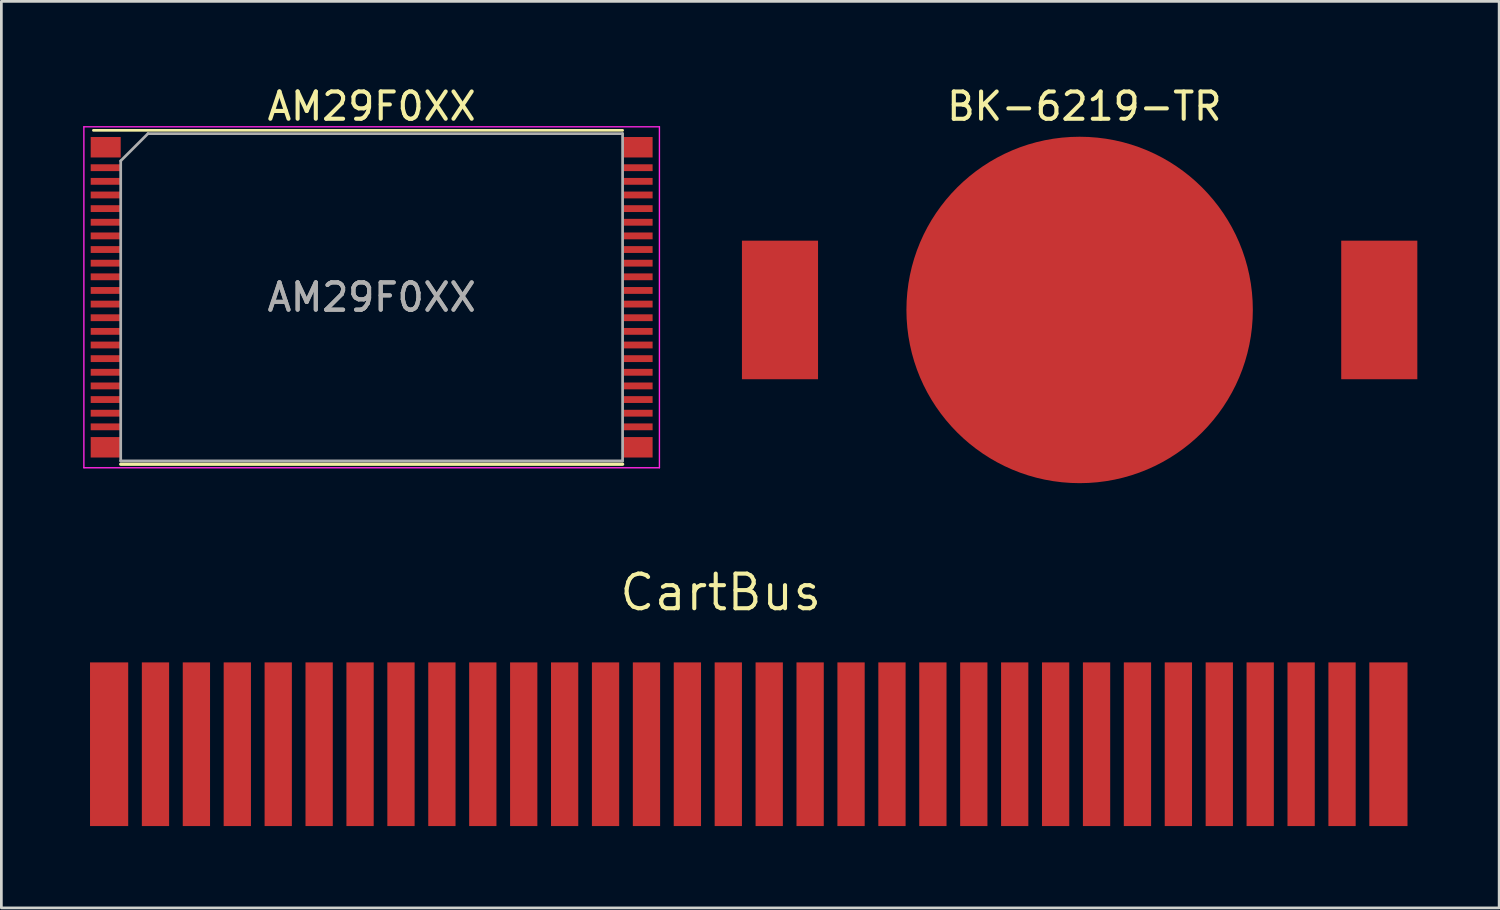
<source format=kicad_pcb>
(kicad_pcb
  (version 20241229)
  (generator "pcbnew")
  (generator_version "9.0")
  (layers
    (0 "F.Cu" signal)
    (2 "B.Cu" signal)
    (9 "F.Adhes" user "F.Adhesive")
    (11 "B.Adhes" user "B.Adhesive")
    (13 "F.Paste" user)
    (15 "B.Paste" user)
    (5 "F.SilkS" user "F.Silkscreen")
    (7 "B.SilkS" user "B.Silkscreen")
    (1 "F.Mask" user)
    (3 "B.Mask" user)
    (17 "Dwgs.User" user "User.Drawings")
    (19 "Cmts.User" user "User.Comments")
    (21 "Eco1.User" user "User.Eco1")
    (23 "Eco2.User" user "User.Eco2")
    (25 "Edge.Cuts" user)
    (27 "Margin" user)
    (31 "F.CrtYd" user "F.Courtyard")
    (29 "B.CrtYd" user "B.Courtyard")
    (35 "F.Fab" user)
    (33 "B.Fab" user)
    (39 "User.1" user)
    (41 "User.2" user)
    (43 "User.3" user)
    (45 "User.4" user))
  (footprint "BK-6219-TR"
    (layer "F.Cu")
    (at 36.53 8.313)
    (property "Reference" "BK-6219-TR" (at 0.173 -7.464 0) (layer "F.SilkS") (effects (font (size 1 1) (thickness 0.15))))
    (attr through_hole)
    (pad "1" smd rect (at -10.985 0) (size 2.79 5.08) (layers "F.Cu" "F.Mask" "F.Paste"))
    (pad "1" smd rect (at 10.985 0) (size 2.79 5.08) (layers "F.Cu" "F.Mask" "F.Paste"))
    (pad "2" smd circle (at 0 0) (size 12.7 12.7) (layers "F.Cu" "F.Mask" "F.Paste")))
  (footprint "CartBus"
    (layer "F.Cu")
    (at 0.25 21.234)
    (property "Reference" "CartBus" (at 23.12 -2.565 0) (layer "F.SilkS") (effects (font (size 1.27 1.27) (thickness 0.15))))
    (attr through_hole)
    (pad "1" smd rect (at 0.7 3 180) (size 1.4 6) (layers "F.Cu" "F.Mask" "F.Paste"))
    (pad "2" smd rect (at 2.4 3) (size 1 6) (layers "F.Cu" "F.Mask" "F.Paste"))
    (pad "3" smd rect (at 3.9 3 180) (size 1 6) (layers "F.Cu" "F.Mask" "F.Paste"))
    (pad "4" smd rect (at 5.4 3 180) (size 1 6) (layers "F.Cu" "F.Mask" "F.Paste"))
    (pad "5" smd rect (at 6.9 3) (size 1 6) (layers "F.Cu" "F.Mask" "F.Paste"))
    (pad "6" smd rect (at 8.4 3) (size 1 6) (layers "F.Cu" "F.Mask" "F.Paste"))
    (pad "7" smd rect (at 9.9 3) (size 1 6) (layers "F.Cu" "F.Mask" "F.Paste"))
    (pad "8" smd rect (at 11.4 3) (size 1 6) (layers "F.Cu" "F.Mask" "F.Paste"))
    (pad "9" smd rect (at 12.9 3) (size 1 6) (layers "F.Cu" "F.Mask" "F.Paste"))
    (pad "10" smd rect (at 14.4 3) (size 1 6) (layers "F.Cu" "F.Mask" "F.Paste"))
    (pad "11" smd rect (at 15.9 3) (size 1 6) (layers "F.Cu" "F.Mask" "F.Paste"))
    (pad "12" smd rect (at 17.4 3) (size 1 6) (layers "F.Cu" "F.Mask" "F.Paste"))
    (pad "13" smd rect (at 18.9 3) (size 1 6) (layers "F.Cu" "F.Mask" "F.Paste"))
    (pad "14" smd rect (at 20.4 3) (size 1 6) (layers "F.Cu" "F.Mask" "F.Paste"))
    (pad "15" smd rect (at 21.9 3) (size 1 6) (layers "F.Cu" "F.Mask" "F.Paste"))
    (pad "16" smd rect (at 23.4 3) (size 1 6) (layers "F.Cu" "F.Mask" "F.Paste"))
    (pad "17" smd rect (at 24.9 3) (size 1 6) (layers "F.Cu" "F.Mask" "F.Paste"))
    (pad "18" smd rect (at 26.4 3) (size 1 6) (layers "F.Cu" "F.Mask" "F.Paste"))
    (pad "19" smd rect (at 27.9 3) (size 1 6) (layers "F.Cu" "F.Mask" "F.Paste"))
    (pad "20" smd rect (at 29.4 3) (size 1 6) (layers "F.Cu" "F.Mask" "F.Paste"))
    (pad "21" smd rect (at 30.9 3) (size 1 6) (layers "F.Cu" "F.Mask" "F.Paste"))
    (pad "22" smd rect (at 32.4 3) (size 1 6) (layers "F.Cu" "F.Mask" "F.Paste"))
    (pad "23" smd rect (at 33.9 3) (size 1 6) (layers "F.Cu" "F.Mask" "F.Paste"))
    (pad "24" smd rect (at 35.4 3) (size 1 6) (layers "F.Cu" "F.Mask" "F.Paste"))
    (pad "25" smd rect (at 36.9 3) (size 1 6) (layers "F.Cu" "F.Mask" "F.Paste"))
    (pad "26" smd rect (at 38.4 3) (size 1 6) (layers "F.Cu" "F.Mask" "F.Paste"))
    (pad "27" smd rect (at 39.9 3) (size 1 6) (layers "F.Cu" "F.Mask" "F.Paste"))
    (pad "28" smd rect (at 41.4 3) (size 1 6) (layers "F.Cu" "F.Mask" "F.Paste"))
    (pad "29" smd rect (at 42.9 3) (size 1 6) (layers "F.Cu" "F.Mask" "F.Paste"))
    (pad "30" smd rect (at 44.4 3) (size 1 6) (layers "F.Cu" "F.Mask" "F.Paste"))
    (pad "31" smd rect (at 45.9 3) (size 1 6) (layers "F.Cu" "F.Mask" "F.Paste"))
    (pad "32" smd rect (at 47.6 3 180) (size 1.4 6) (layers "F.Cu" "F.Mask" "F.Paste")))
  (footprint "AM29F0XX"
    (layer "F.Cu")
    (at 10.575 7.848)
    (property "Reference" "AM29F0XX" (at 0 -7 180) (layer "F.SilkS") (effects (font (size 1 1) (thickness 0.15))))
    (attr smd)
    (fp_line (start -9.2 6.12) (end 9.2 6.12) (stroke (width 0.12) (type solid)) (layer "F.SilkS"))
    (fp_line (start 9.2 -6.12) (end -10.2 -6.12) (stroke (width 0.1) (type solid)) (layer "F.SilkS"))
    (fp_line (start -10.55 -6.25) (end 10.55 -6.25) (stroke (width 0.05) (type solid)) (layer "F.CrtYd"))
    (fp_line (start -10.55 6.25) (end -10.55 -6.25) (stroke (width 0.05) (type solid)) (layer "F.CrtYd"))
    (fp_line (start 10.55 -6.25) (end 10.55 6.25) (stroke (width 0.05) (type solid)) (layer "F.CrtYd"))
    (fp_line (start 10.55 6.25) (end -10.55 6.25) (stroke (width 0.05) (type solid)) (layer "F.CrtYd"))
    (fp_line (start -9.2 6) (end -9.2 -5) (stroke (width 0.1) (type solid)) (layer "F.Fab"))
    (fp_line (start -8.2 -6) (end -9.2 -5) (stroke (width 0.1) (type solid)) (layer "F.Fab"))
    (fp_line (start -8.2 -6) (end 9.2 -6) (stroke (width 0.1) (type solid)) (layer "F.Fab"))
    (fp_line (start 9.2 -6) (end 9.2 6) (stroke (width 0.1) (type solid)) (layer "F.Fab"))
    (fp_line (start 9.2 6) (end -9.2 6) (stroke (width 0.1) (type solid)) (layer "F.Fab"))
    (fp_text user "AM29F0XX" (at 0 0 180) (layer "F.Fab") (effects (font (size 1 1) (thickness 0.15))))
    (fp_text user "${REFERENCE}" (at 0 0 180) (layer "F.Fab") (effects (font (size 1 1) (thickness 0.15))))
    (pad "1 | 2" smd rect (at -9.75 -5.5) (size 1.1 0.75) (layers "F.Cu" "F.Mask" "F.Paste"))
    (pad "3" smd rect (at -9.75 -4.75) (size 1.1 0.25) (layers "F.Cu" "F.Mask" "F.Paste"))
    (pad "4" smd rect (at -9.75 -4.25) (size 1.1 0.25) (layers "F.Cu" "F.Mask" "F.Paste"))
    (pad "5" smd rect (at -9.75 -3.75) (size 1.1 0.25) (layers "F.Cu" "F.Mask" "F.Paste"))
    (pad "6" smd rect (at -9.75 -3.25) (size 1.1 0.25) (layers "F.Cu" "F.Mask" "F.Paste"))
    (pad "7" smd rect (at -9.75 -2.75) (size 1.1 0.25) (layers "F.Cu" "F.Mask" "F.Paste"))
    (pad "8" smd rect (at -9.75 -2.25) (size 1.1 0.25) (layers "F.Cu" "F.Mask" "F.Paste"))
    (pad "9" smd rect (at -9.75 -1.75) (size 1.1 0.25) (layers "F.Cu" "F.Mask" "F.Paste"))
    (pad "10" smd rect (at -9.75 -1.25) (size 1.1 0.25) (layers "F.Cu" "F.Mask" "F.Paste"))
    (pad "11" smd rect (at -9.75 -0.75) (size 1.1 0.25) (layers "F.Cu" "F.Mask" "F.Paste"))
    (pad "12" smd rect (at -9.75 -0.25) (size 1.1 0.25) (layers "F.Cu" "F.Mask" "F.Paste"))
    (pad "13" smd rect (at -9.75 0.25) (size 1.1 0.25) (layers "F.Cu" "F.Mask" "F.Paste"))
    (pad "14" smd rect (at -9.75 0.75) (size 1.1 0.25) (layers "F.Cu" "F.Mask" "F.Paste"))
    (pad "15" smd rect (at -9.75 1.25) (size 1.1 0.25) (layers "F.Cu" "F.Mask" "F.Paste"))
    (pad "16" smd rect (at -9.75 1.75) (size 1.1 0.25) (layers "F.Cu" "F.Mask" "F.Paste"))
    (pad "17" smd rect (at -9.75 2.25) (size 1.1 0.25) (layers "F.Cu" "F.Mask" "F.Paste"))
    (pad "18" smd rect (at -9.75 2.75) (size 1.1 0.25) (layers "F.Cu" "F.Mask" "F.Paste"))
    (pad "19" smd rect (at -9.75 3.25) (size 1.1 0.25) (layers "F.Cu" "F.Mask" "F.Paste"))
    (pad "20" smd rect (at -9.75 3.75) (size 1.1 0.25) (layers "F.Cu" "F.Mask" "F.Paste"))
    (pad "21" smd rect (at -9.75 4.25) (size 1.1 0.25) (layers "F.Cu" "F.Mask" "F.Paste"))
    (pad "22" smd rect (at -9.75 4.75) (size 1.1 0.25) (layers "F.Cu" "F.Mask" "F.Paste"))
    (pad "23 | 24" smd rect (at -9.75 5.5) (size 1.1 0.75) (layers "F.Cu" "F.Mask" "F.Paste"))
    (pad "25 | 26" smd rect (at 9.75 5.5) (size 1.1 0.75) (layers "F.Cu" "F.Mask" "F.Paste"))
    (pad "27" smd rect (at 9.75 4.75) (size 1.1 0.25) (layers "F.Cu" "F.Mask" "F.Paste"))
    (pad "28" smd rect (at 9.75 4.25) (size 1.1 0.25) (layers "F.Cu" "F.Mask" "F.Paste"))
    (pad "29" smd rect (at 9.75 3.75) (size 1.1 0.25) (layers "F.Cu" "F.Mask" "F.Paste"))
    (pad "30" smd rect (at 9.75 3.25) (size 1.1 0.25) (layers "F.Cu" "F.Mask" "F.Paste"))
    (pad "31" smd rect (at 9.75 2.75) (size 1.1 0.25) (layers "F.Cu" "F.Mask" "F.Paste"))
    (pad "32" smd rect (at 9.75 2.25) (size 1.1 0.25) (layers "F.Cu" "F.Mask" "F.Paste"))
    (pad "33" smd rect (at 9.75 1.75) (size 1.1 0.25) (layers "F.Cu" "F.Mask" "F.Paste"))
    (pad "34" smd rect (at 9.75 1.25) (size 1.1 0.25) (layers "F.Cu" "F.Mask" "F.Paste"))
    (pad "35" smd rect (at 9.75 0.75) (size 1.1 0.25) (layers "F.Cu" "F.Mask" "F.Paste"))
    (pad "36" smd rect (at 9.75 0.25) (size 1.1 0.25) (layers "F.Cu" "F.Mask" "F.Paste"))
    (pad "37" smd rect (at 9.75 -0.25) (size 1.1 0.25) (layers "F.Cu" "F.Mask" "F.Paste"))
    (pad "38" smd rect (at 9.75 -0.75) (size 1.1 0.25) (layers "F.Cu" "F.Mask" "F.Paste"))
    (pad "39" smd rect (at 9.75 -1.25) (size 1.1 0.25) (layers "F.Cu" "F.Mask" "F.Paste"))
    (pad "40" smd rect (at 9.75 -1.75) (size 1.1 0.25) (layers "F.Cu" "F.Mask" "F.Paste"))
    (pad "41" smd rect (at 9.75 -2.25) (size 1.1 0.25) (layers "F.Cu" "F.Mask" "F.Paste"))
    (pad "42" smd rect (at 9.75 -2.75) (size 1.1 0.25) (layers "F.Cu" "F.Mask" "F.Paste"))
    (pad "43" smd rect (at 9.75 -3.25) (size 1.1 0.25) (layers "F.Cu" "F.Mask" "F.Paste"))
    (pad "44" smd rect (at 9.75 -3.75) (size 1.1 0.25) (layers "F.Cu" "F.Mask" "F.Paste"))
    (pad "45" smd rect (at 9.75 -4.25) (size 1.1 0.25) (layers "F.Cu" "F.Mask" "F.Paste"))
    (pad "46" smd rect (at 9.75 -4.75) (size 1.1 0.25) (layers "F.Cu" "F.Mask" "F.Paste"))
    (pad "47 | 48" smd rect (at 9.75 -5.5) (size 1.1 0.75) (layers "F.Cu" "F.Mask" "F.Paste")))
  (gr_rect
    (start -3 -3)
    (end 51.91 30.234)
    (stroke (width 0.1) (type default))
    (fill no)
    (layer "Edge.Cuts")))
</source>
